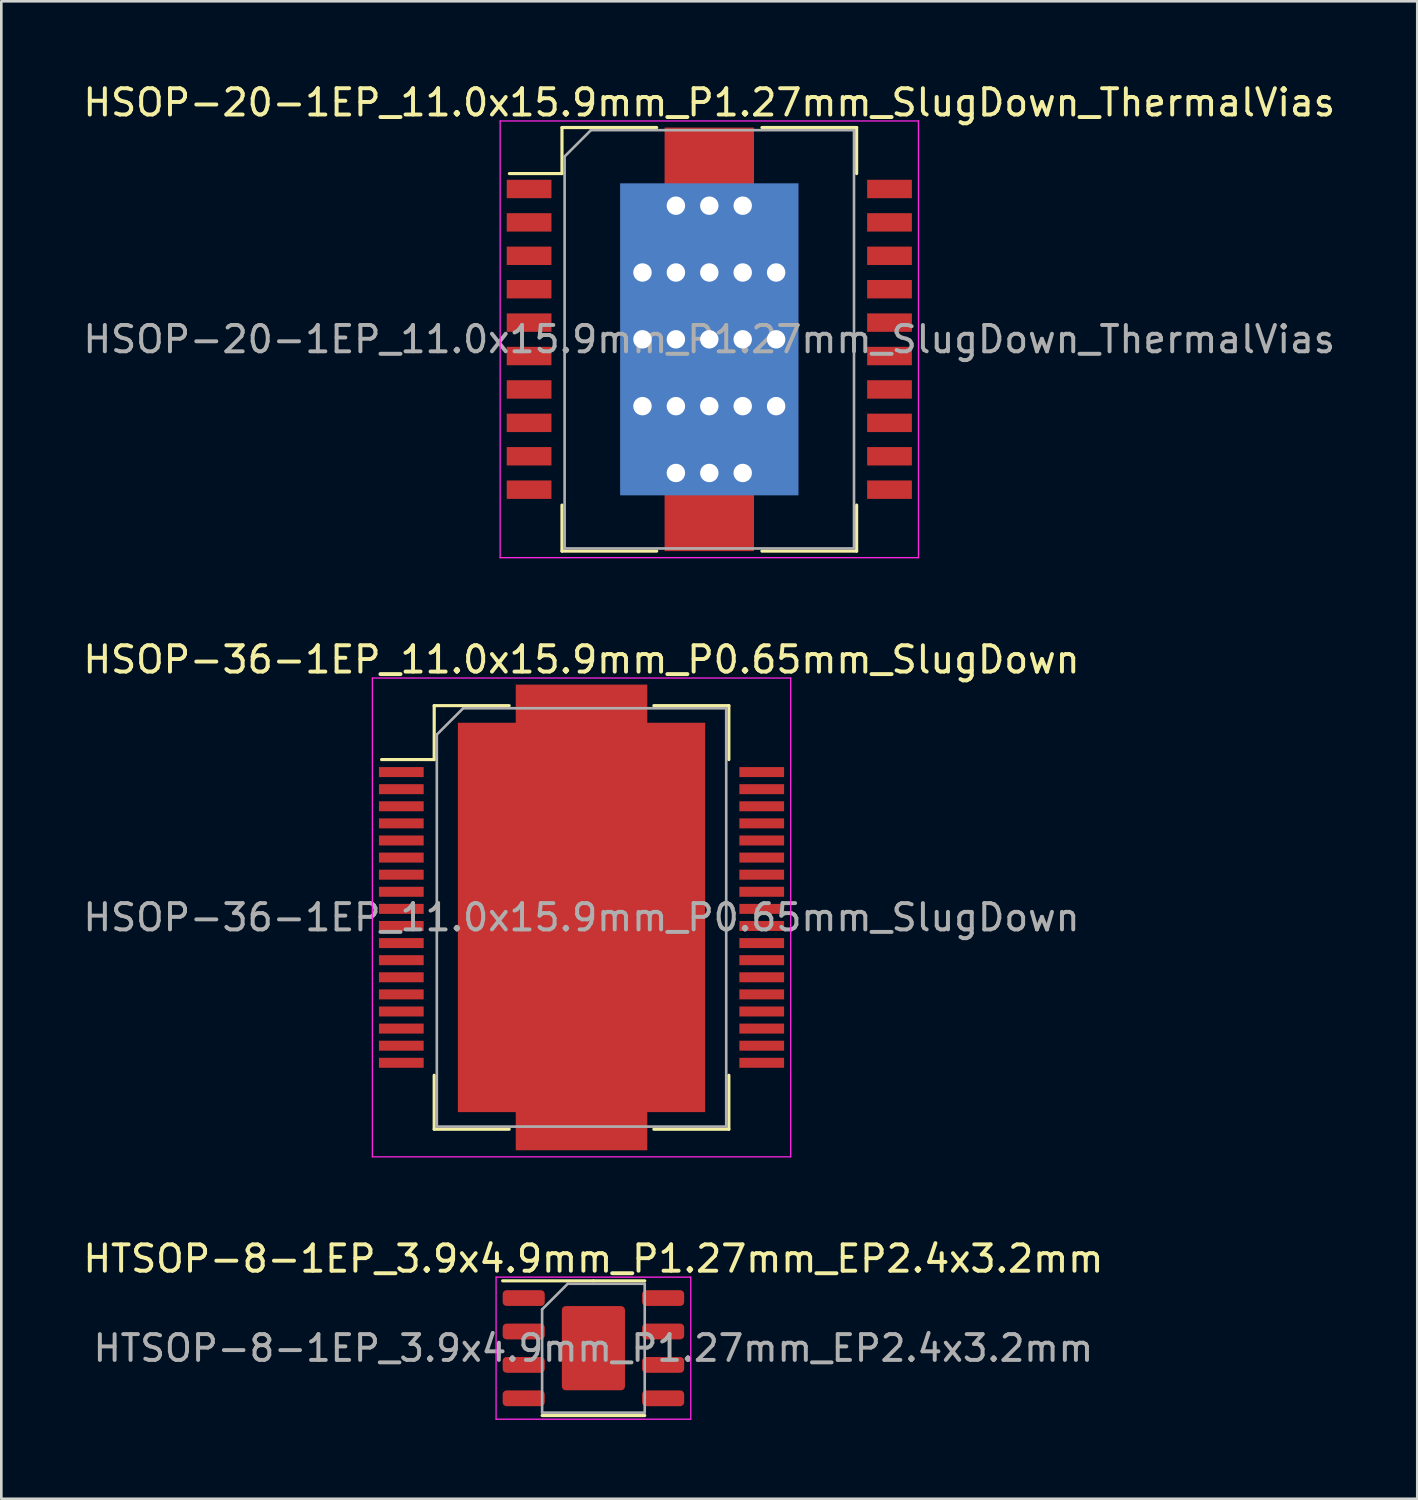
<source format=kicad_pcb>
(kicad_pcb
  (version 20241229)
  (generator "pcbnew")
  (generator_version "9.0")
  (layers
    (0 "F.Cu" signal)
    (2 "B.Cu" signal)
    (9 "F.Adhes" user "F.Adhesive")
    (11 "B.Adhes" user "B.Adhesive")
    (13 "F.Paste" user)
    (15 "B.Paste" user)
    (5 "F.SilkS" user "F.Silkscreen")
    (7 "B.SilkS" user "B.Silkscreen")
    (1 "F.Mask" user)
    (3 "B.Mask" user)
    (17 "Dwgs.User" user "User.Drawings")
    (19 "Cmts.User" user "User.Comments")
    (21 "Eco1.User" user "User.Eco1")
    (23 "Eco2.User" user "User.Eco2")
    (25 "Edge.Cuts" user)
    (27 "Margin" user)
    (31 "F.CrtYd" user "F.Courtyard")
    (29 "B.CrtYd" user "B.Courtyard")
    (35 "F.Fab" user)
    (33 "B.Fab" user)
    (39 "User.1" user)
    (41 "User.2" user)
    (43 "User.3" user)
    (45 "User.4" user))
  (footprint "HTSOP-8-1EP_3.9x4.9mm_P1.27mm_EP2.4x3.2mm"
    (layer "F.Cu")
    (at 19.506 48.195)
    (property "Reference" "HTSOP-8-1EP_3.9x4.9mm_P1.27mm_EP2.4x3.2mm" (at 0 -3.4 0) (layer "F.SilkS") (effects (font (size 1 1) (thickness 0.15))))
    (attr smd)
    (fp_line (start 0 -2.56) (end -3.45 -2.56) (stroke (width 0.12) (type solid)) (layer "F.SilkS"))
    (fp_line (start 0 -2.56) (end 1.95 -2.56) (stroke (width 0.12) (type solid)) (layer "F.SilkS"))
    (fp_line (start 0 2.56) (end -1.95 2.56) (stroke (width 0.12) (type solid)) (layer "F.SilkS"))
    (fp_line (start 0 2.56) (end 1.95 2.56) (stroke (width 0.12) (type solid)) (layer "F.SilkS"))
    (fp_line (start -3.7 -2.7) (end -3.7 2.7) (stroke (width 0.05) (type solid)) (layer "F.CrtYd"))
    (fp_line (start -3.7 2.7) (end 3.7 2.7) (stroke (width 0.05) (type solid)) (layer "F.CrtYd"))
    (fp_line (start 3.7 -2.7) (end -3.7 -2.7) (stroke (width 0.05) (type solid)) (layer "F.CrtYd"))
    (fp_line (start 3.7 2.7) (end 3.7 -2.7) (stroke (width 0.05) (type solid)) (layer "F.CrtYd"))
    (fp_line (start -1.95 -1.475) (end -0.975 -2.45) (stroke (width 0.1) (type solid)) (layer "F.Fab"))
    (fp_line (start -1.95 2.45) (end -1.95 -1.475) (stroke (width 0.1) (type solid)) (layer "F.Fab"))
    (fp_line (start -0.975 -2.45) (end 1.95 -2.45) (stroke (width 0.1) (type solid)) (layer "F.Fab"))
    (fp_line (start 1.95 -2.45) (end 1.95 2.45) (stroke (width 0.1) (type solid)) (layer "F.Fab"))
    (fp_line (start 1.95 2.45) (end -1.95 2.45) (stroke (width 0.1) (type solid)) (layer "F.Fab"))
    (fp_text user "${REFERENCE}" (at 0 0 0) (layer "F.Fab") (effects (font (size 0.98 0.98) (thickness 0.15))))
    (pad "" smd roundrect (at -0.6 -0.8) (size 0.97 1.29) (layers "F.Paste") (roundrect_rratio 0.25))
    (pad "" smd roundrect (at -0.6 0.8) (size 0.97 1.29) (layers "F.Paste") (roundrect_rratio 0.25))
    (pad "" smd roundrect (at 0.6 -0.8) (size 0.97 1.29) (layers "F.Paste") (roundrect_rratio 0.25))
    (pad "" smd roundrect (at 0.6 0.8) (size 0.97 1.29) (layers "F.Paste") (roundrect_rratio 0.25))
    (pad "1" smd roundrect (at -2.65 -1.905) (size 1.6 0.6) (layers "F.Cu" "F.Mask" "F.Paste") (roundrect_rratio 0.25))
    (pad "2" smd roundrect (at -2.65 -0.635) (size 1.6 0.6) (layers "F.Cu" "F.Mask" "F.Paste") (roundrect_rratio 0.25))
    (pad "3" smd roundrect (at -2.65 0.635) (size 1.6 0.6) (layers "F.Cu" "F.Mask" "F.Paste") (roundrect_rratio 0.25))
    (pad "4" smd roundrect (at -2.65 1.905) (size 1.6 0.6) (layers "F.Cu" "F.Mask" "F.Paste") (roundrect_rratio 0.25))
    (pad "5" smd roundrect (at 2.65 1.905) (size 1.6 0.6) (layers "F.Cu" "F.Mask" "F.Paste") (roundrect_rratio 0.25))
    (pad "6" smd roundrect (at 2.65 0.635) (size 1.6 0.6) (layers "F.Cu" "F.Mask" "F.Paste") (roundrect_rratio 0.25))
    (pad "7" smd roundrect (at 2.65 -0.635) (size 1.6 0.6) (layers "F.Cu" "F.Mask" "F.Paste") (roundrect_rratio 0.25))
    (pad "8" smd roundrect (at 2.65 -1.905) (size 1.6 0.6) (layers "F.Cu" "F.Mask" "F.Paste") (roundrect_rratio 0.25))
    (pad "9" smd roundrect (at 0 0) (size 2.4 3.2) (layers "F.Cu" "F.Mask") (roundrect_rratio 0.062)))
  (footprint "HSOP-20-1EP_11.0x15.9mm_P1.27mm_SlugDown_ThermalVias"
    (layer "F.Cu")
    (at 23.911 9.848)
    (property "Reference" "HSOP-20-1EP_11.0x15.9mm_P1.27mm_SlugDown_ThermalVias" (at 0 -9 0) (layer "F.SilkS") (effects (font (size 1 1) (thickness 0.15))))
    (attr smd)
    (fp_line (start -5.6 -8.05) (end -5.6 -6.3) (stroke (width 0.12) (type solid)) (layer "F.SilkS"))
    (fp_line (start -5.6 -6.3) (end -7.6 -6.3) (stroke (width 0.12) (type solid)) (layer "F.SilkS"))
    (fp_line (start -5.6 8.05) (end -5.6 6.3) (stroke (width 0.12) (type solid)) (layer "F.SilkS"))
    (fp_line (start -2 -8.05) (end -5.6 -8.05) (stroke (width 0.12) (type solid)) (layer "F.SilkS"))
    (fp_line (start -2 8.05) (end -5.6 8.05) (stroke (width 0.12) (type solid)) (layer "F.SilkS"))
    (fp_line (start 5.6 -8.05) (end 2 -8.05) (stroke (width 0.12) (type solid)) (layer "F.SilkS"))
    (fp_line (start 5.6 -8.05) (end 5.6 -6.3) (stroke (width 0.12) (type solid)) (layer "F.SilkS"))
    (fp_line (start 5.6 8.05) (end 2 8.05) (stroke (width 0.12) (type solid)) (layer "F.SilkS"))
    (fp_line (start 5.6 8.05) (end 5.6 6.3) (stroke (width 0.12) (type solid)) (layer "F.SilkS"))
    (fp_line (start -7.95 -8.3) (end -7.95 8.3) (stroke (width 0.05) (type solid)) (layer "F.CrtYd"))
    (fp_line (start -7.95 -8.3) (end 7.95 -8.3) (stroke (width 0.05) (type solid)) (layer "F.CrtYd"))
    (fp_line (start 7.95 8.3) (end -7.95 8.3) (stroke (width 0.05) (type solid)) (layer "F.CrtYd"))
    (fp_line (start 7.95 8.3) (end 7.95 -8.3) (stroke (width 0.05) (type solid)) (layer "F.CrtYd"))
    (fp_line (start -5.5 -6.95) (end -5.5 7.95) (stroke (width 0.1) (type solid)) (layer "F.Fab"))
    (fp_line (start -5.5 7.95) (end 5.5 7.95) (stroke (width 0.1) (type solid)) (layer "F.Fab"))
    (fp_line (start -4.5 -7.95) (end -5.5 -6.95) (stroke (width 0.1) (type solid)) (layer "F.Fab"))
    (fp_line (start 5.5 -7.95) (end -4.5 -7.95) (stroke (width 0.1) (type solid)) (layer "F.Fab"))
    (fp_line (start 5.5 7.95) (end 5.5 -7.95) (stroke (width 0.1) (type solid)) (layer "F.Fab"))
    (fp_text user "${REFERENCE}" (at 0 0 0) (layer "F.Fab") (effects (font (size 1 1) (thickness 0.15))))
    (pad "1" smd rect (at -6.85 -5.715) (size 1.7 0.7) (layers "F.Cu" "F.Mask" "F.Paste"))
    (pad "2" smd rect (at -6.85 -4.445) (size 1.7 0.7) (layers "F.Cu" "F.Mask" "F.Paste"))
    (pad "3" smd rect (at -6.85 -3.175) (size 1.7 0.7) (layers "F.Cu" "F.Mask" "F.Paste"))
    (pad "4" smd rect (at -6.85 -1.905) (size 1.7 0.7) (layers "F.Cu" "F.Mask" "F.Paste"))
    (pad "5" smd rect (at -6.85 -0.635) (size 1.7 0.7) (layers "F.Cu" "F.Mask" "F.Paste"))
    (pad "6" smd rect (at -6.85 0.635) (size 1.7 0.7) (layers "F.Cu" "F.Mask" "F.Paste"))
    (pad "7" smd rect (at -6.85 1.905) (size 1.7 0.7) (layers "F.Cu" "F.Mask" "F.Paste"))
    (pad "8" smd rect (at -6.85 3.175) (size 1.7 0.7) (layers "F.Cu" "F.Mask" "F.Paste"))
    (pad "9" smd rect (at -6.85 4.445) (size 1.7 0.7) (layers "F.Cu" "F.Mask" "F.Paste"))
    (pad "10" smd rect (at -6.85 5.715) (size 1.7 0.7) (layers "F.Cu" "F.Mask" "F.Paste"))
    (pad "11" smd rect (at 6.85 5.715) (size 1.7 0.7) (layers "F.Cu" "F.Mask" "F.Paste"))
    (pad "12" smd rect (at 6.85 4.445) (size 1.7 0.7) (layers "F.Cu" "F.Mask" "F.Paste"))
    (pad "13" smd rect (at 6.85 3.175) (size 1.7 0.7) (layers "F.Cu" "F.Mask" "F.Paste"))
    (pad "14" smd rect (at 6.85 1.905) (size 1.7 0.7) (layers "F.Cu" "F.Mask" "F.Paste"))
    (pad "15" smd rect (at 6.85 0.635) (size 1.7 0.7) (layers "F.Cu" "F.Mask" "F.Paste"))
    (pad "16" smd rect (at 6.85 -0.635) (size 1.7 0.7) (layers "F.Cu" "F.Mask" "F.Paste"))
    (pad "17" smd rect (at 6.85 -1.905) (size 1.7 0.7) (layers "F.Cu" "F.Mask" "F.Paste"))
    (pad "18" smd rect (at 6.85 -3.175) (size 1.7 0.7) (layers "F.Cu" "F.Mask" "F.Paste"))
    (pad "19" smd rect (at 6.85 -4.445) (size 1.7 0.7) (layers "F.Cu" "F.Mask" "F.Paste"))
    (pad "20" smd rect (at 6.85 -5.715) (size 1.7 0.7) (layers "F.Cu" "F.Mask" "F.Paste"))
    (pad "21" thru_hole circle (at -2.54 -2.54) (size 1 1) (drill 0.7) (layers "*.Cu"))
    (pad "21" thru_hole circle (at -2.54 0) (size 1 1) (drill 0.7) (layers "*.Cu"))
    (pad "21" thru_hole circle (at -2.54 2.54) (size 1 1) (drill 0.7) (layers "*.Cu"))
    (pad "21" thru_hole circle (at -1.27 -5.08) (size 1 1) (drill 0.7) (layers "*.Cu"))
    (pad "21" thru_hole circle (at -1.27 -2.54) (size 1 1) (drill 0.7) (layers "*.Cu"))
    (pad "21" thru_hole circle (at -1.27 0) (size 1 1) (drill 0.7) (layers "*.Cu"))
    (pad "21" thru_hole circle (at -1.27 2.54) (size 1 1) (drill 0.7) (layers "*.Cu"))
    (pad "21" thru_hole circle (at -1.27 5.08) (size 1 1) (drill 0.7) (layers "*.Cu"))
    (pad "21" thru_hole circle (at 0 -5.08) (size 1 1) (drill 0.7) (layers "*.Cu"))
    (pad "21" thru_hole circle (at 0 -2.54) (size 1 1) (drill 0.7) (layers "*.Cu"))
    (pad "21" thru_hole circle (at 0 0) (size 1 1) (drill 0.7) (layers "*.Cu"))
    (pad "21" smd custom (at 0 0) (size 6.4 11.27) (layers "F.Cu" "F.Mask" "F.Paste") (options (anchor rect)) (primitives (gr_poly (pts (xy -1.7 -8.05) (xy 1.7 -8.05) (xy 1.7 8.05) (xy -1.7 8.05)) (width 0) (fill yes))))
    (pad "21" smd rect (at 0 0) (size 6.78 11.86) (layers "B.Cu"))
    (pad "21" thru_hole circle (at 0 2.54) (size 1 1) (drill 0.7) (layers "*.Cu"))
    (pad "21" thru_hole circle (at 0 5.08) (size 1 1) (drill 0.7) (layers "*.Cu"))
    (pad "21" thru_hole circle (at 1.27 -5.08) (size 1 1) (drill 0.7) (layers "*.Cu"))
    (pad "21" thru_hole circle (at 1.27 -2.54) (size 1 1) (drill 0.7) (layers "*.Cu"))
    (pad "21" thru_hole circle (at 1.27 0) (size 1 1) (drill 0.7) (layers "*.Cu"))
    (pad "21" thru_hole circle (at 1.27 2.54) (size 1 1) (drill 0.7) (layers "*.Cu"))
    (pad "21" thru_hole circle (at 1.27 5.08) (size 1 1) (drill 0.7) (layers "*.Cu"))
    (pad "21" thru_hole circle (at 2.54 -2.54) (size 1 1) (drill 0.7) (layers "*.Cu"))
    (pad "21" thru_hole circle (at 2.54 0) (size 1 1) (drill 0.7) (layers "*.Cu"))
    (pad "21" thru_hole circle (at 2.54 2.54) (size 1 1) (drill 0.7) (layers "*.Cu")))
  (footprint "HSOP-36-1EP_11.0x15.9mm_P0.65mm_SlugDown"
    (layer "F.Cu")
    (at 19.054 31.822)
    (property "Reference" "HSOP-36-1EP_11.0x15.9mm_P0.65mm_SlugDown" (at 0 -9.8 0) (layer "F.SilkS") (effects (font (size 1 1) (thickness 0.15))))
    (attr smd)
    (fp_line (start -5.6 -8.05) (end -5.6 -6) (stroke (width 0.12) (type solid)) (layer "F.SilkS"))
    (fp_line (start -5.6 -6) (end -7.6 -6) (stroke (width 0.12) (type solid)) (layer "F.SilkS"))
    (fp_line (start -5.6 8.05) (end -5.6 6) (stroke (width 0.12) (type solid)) (layer "F.SilkS"))
    (fp_line (start -2.75 -8.05) (end -5.6 -8.05) (stroke (width 0.12) (type solid)) (layer "F.SilkS"))
    (fp_line (start -2.75 8.05) (end -5.6 8.05) (stroke (width 0.12) (type solid)) (layer "F.SilkS"))
    (fp_line (start 5.6 -8.05) (end 2.75 -8.05) (stroke (width 0.12) (type solid)) (layer "F.SilkS"))
    (fp_line (start 5.6 -8.05) (end 5.6 -6) (stroke (width 0.12) (type solid)) (layer "F.SilkS"))
    (fp_line (start 5.6 8.05) (end 2.75 8.05) (stroke (width 0.12) (type solid)) (layer "F.SilkS"))
    (fp_line (start 5.6 8.05) (end 5.6 6) (stroke (width 0.12) (type solid)) (layer "F.SilkS"))
    (fp_line (start -7.95 -9.1) (end -7.95 9.1) (stroke (width 0.05) (type solid)) (layer "F.CrtYd"))
    (fp_line (start -7.95 -9.1) (end 7.95 -9.1) (stroke (width 0.05) (type solid)) (layer "F.CrtYd"))
    (fp_line (start 7.95 9.1) (end -7.95 9.1) (stroke (width 0.05) (type solid)) (layer "F.CrtYd"))
    (fp_line (start 7.95 9.1) (end 7.95 -9.1) (stroke (width 0.05) (type solid)) (layer "F.CrtYd"))
    (fp_line (start -5.5 -6.95) (end -5.5 7.95) (stroke (width 0.1) (type solid)) (layer "F.Fab"))
    (fp_line (start -5.5 7.95) (end 5.5 7.95) (stroke (width 0.1) (type solid)) (layer "F.Fab"))
    (fp_line (start -4.5 -7.95) (end -5.5 -6.95) (stroke (width 0.1) (type solid)) (layer "F.Fab"))
    (fp_line (start 5.5 -7.95) (end -4.5 -7.95) (stroke (width 0.1) (type solid)) (layer "F.Fab"))
    (fp_line (start 5.5 7.95) (end 5.5 -7.95) (stroke (width 0.1) (type solid)) (layer "F.Fab"))
    (fp_text user "${REFERENCE}" (at 0 0 0) (layer "F.Fab") (effects (font (size 1 1) (thickness 0.15))))
    (pad "1" smd rect (at -6.85 -5.525) (size 1.7 0.38) (layers "F.Cu" "F.Mask" "F.Paste"))
    (pad "2" smd rect (at -6.85 -4.875) (size 1.7 0.38) (layers "F.Cu" "F.Mask" "F.Paste"))
    (pad "3" smd rect (at -6.85 -4.225) (size 1.7 0.38) (layers "F.Cu" "F.Mask" "F.Paste"))
    (pad "4" smd rect (at -6.85 -3.575) (size 1.7 0.38) (layers "F.Cu" "F.Mask" "F.Paste"))
    (pad "5" smd rect (at -6.85 -2.925) (size 1.7 0.38) (layers "F.Cu" "F.Mask" "F.Paste"))
    (pad "6" smd rect (at -6.85 -2.275) (size 1.7 0.38) (layers "F.Cu" "F.Mask" "F.Paste"))
    (pad "7" smd rect (at -6.85 -1.625) (size 1.7 0.38) (layers "F.Cu" "F.Mask" "F.Paste"))
    (pad "8" smd rect (at -6.85 -0.975) (size 1.7 0.38) (layers "F.Cu" "F.Mask" "F.Paste"))
    (pad "9" smd rect (at -6.85 -0.325) (size 1.7 0.38) (layers "F.Cu" "F.Mask" "F.Paste"))
    (pad "10" smd rect (at -6.85 0.325) (size 1.7 0.38) (layers "F.Cu" "F.Mask" "F.Paste"))
    (pad "11" smd rect (at -6.85 0.975) (size 1.7 0.38) (layers "F.Cu" "F.Mask" "F.Paste"))
    (pad "12" smd rect (at -6.85 1.625) (size 1.7 0.38) (layers "F.Cu" "F.Mask" "F.Paste"))
    (pad "13" smd rect (at -6.85 2.275) (size 1.7 0.38) (layers "F.Cu" "F.Mask" "F.Paste"))
    (pad "14" smd rect (at -6.85 2.925) (size 1.7 0.38) (layers "F.Cu" "F.Mask" "F.Paste"))
    (pad "15" smd rect (at -6.85 3.575) (size 1.7 0.38) (layers "F.Cu" "F.Mask" "F.Paste"))
    (pad "16" smd rect (at -6.85 4.225) (size 1.7 0.38) (layers "F.Cu" "F.Mask" "F.Paste"))
    (pad "17" smd rect (at -6.85 4.875) (size 1.7 0.38) (layers "F.Cu" "F.Mask" "F.Paste"))
    (pad "18" smd rect (at -6.85 5.525) (size 1.7 0.38) (layers "F.Cu" "F.Mask" "F.Paste"))
    (pad "19" smd rect (at 6.85 5.525) (size 1.7 0.38) (layers "F.Cu" "F.Mask" "F.Paste"))
    (pad "20" smd rect (at 6.85 4.875) (size 1.7 0.38) (layers "F.Cu" "F.Mask" "F.Paste"))
    (pad "21" smd rect (at 6.85 4.225) (size 1.7 0.38) (layers "F.Cu" "F.Mask" "F.Paste"))
    (pad "22" smd rect (at 6.85 3.575) (size 1.7 0.38) (layers "F.Cu" "F.Mask" "F.Paste"))
    (pad "23" smd rect (at 6.85 2.925) (size 1.7 0.38) (layers "F.Cu" "F.Mask" "F.Paste"))
    (pad "24" smd rect (at 6.85 2.275) (size 1.7 0.38) (layers "F.Cu" "F.Mask" "F.Paste"))
    (pad "25" smd rect (at 6.85 1.625) (size 1.7 0.38) (layers "F.Cu" "F.Mask" "F.Paste"))
    (pad "26" smd rect (at 6.85 0.975) (size 1.7 0.38) (layers "F.Cu" "F.Mask" "F.Paste"))
    (pad "27" smd rect (at 6.85 0.325) (size 1.7 0.38) (layers "F.Cu" "F.Mask" "F.Paste"))
    (pad "28" smd rect (at 6.85 -0.325) (size 1.7 0.38) (layers "F.Cu" "F.Mask" "F.Paste"))
    (pad "29" smd rect (at 6.85 -0.975) (size 1.7 0.38) (layers "F.Cu" "F.Mask" "F.Paste"))
    (pad "30" smd rect (at 6.85 -1.625) (size 1.7 0.38) (layers "F.Cu" "F.Mask" "F.Paste"))
    (pad "31" smd rect (at 6.85 -2.275) (size 1.7 0.38) (layers "F.Cu" "F.Mask" "F.Paste"))
    (pad "32" smd rect (at 6.85 -2.925) (size 1.7 0.38) (layers "F.Cu" "F.Mask" "F.Paste"))
    (pad "33" smd rect (at 6.85 -3.575) (size 1.7 0.38) (layers "F.Cu" "F.Mask" "F.Paste"))
    (pad "34" smd rect (at 6.85 -4.225) (size 1.7 0.38) (layers "F.Cu" "F.Mask" "F.Paste"))
    (pad "35" smd rect (at 6.85 -4.875) (size 1.7 0.38) (layers "F.Cu" "F.Mask" "F.Paste"))
    (pad "36" smd rect (at 6.85 -5.525) (size 1.7 0.38) (layers "F.Cu" "F.Mask" "F.Paste"))
    (pad "37" smd custom (at 0 0) (size 9.4 14.8) (layers "F.Cu" "F.Mask" "F.Paste") (options (anchor rect)) (primitives (gr_poly (pts (xy -2.5 -8.85) (xy 2.5 -8.85) (xy 2.5 8.85) (xy -2.5 8.85)) (width 0) (fill yes)))))
  (gr_rect
    (start -3 -3)
    (end 50.821 53.92)
    (stroke (width 0.1) (type default))
    (fill no)
    (layer "Edge.Cuts")))
</source>
